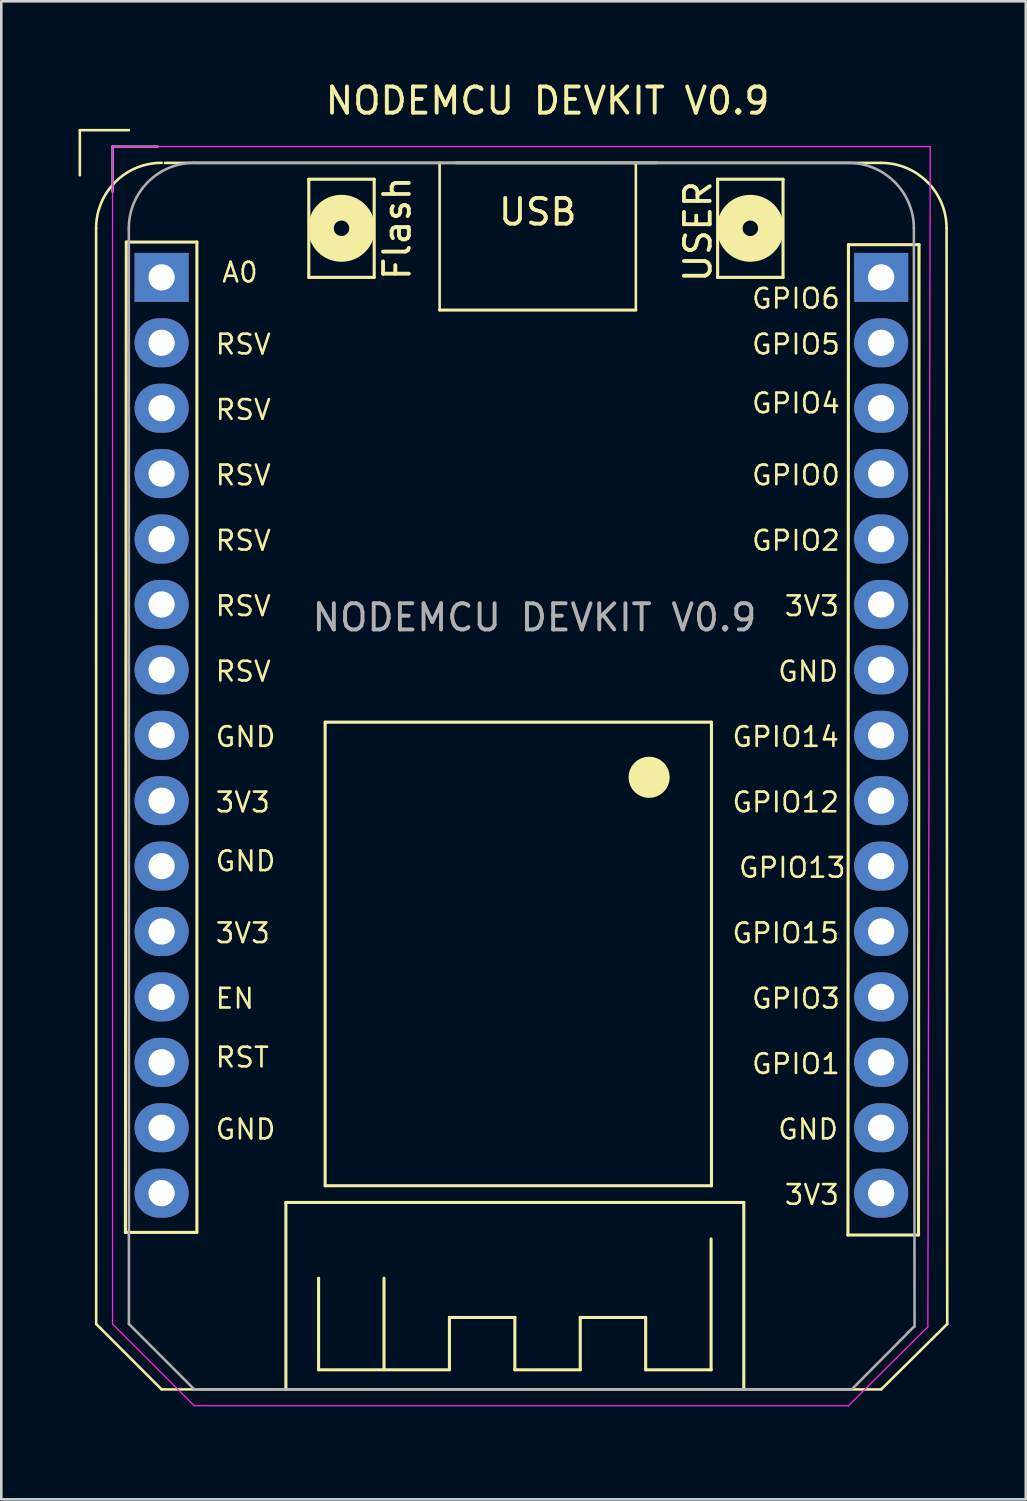
<source format=kicad_pcb>
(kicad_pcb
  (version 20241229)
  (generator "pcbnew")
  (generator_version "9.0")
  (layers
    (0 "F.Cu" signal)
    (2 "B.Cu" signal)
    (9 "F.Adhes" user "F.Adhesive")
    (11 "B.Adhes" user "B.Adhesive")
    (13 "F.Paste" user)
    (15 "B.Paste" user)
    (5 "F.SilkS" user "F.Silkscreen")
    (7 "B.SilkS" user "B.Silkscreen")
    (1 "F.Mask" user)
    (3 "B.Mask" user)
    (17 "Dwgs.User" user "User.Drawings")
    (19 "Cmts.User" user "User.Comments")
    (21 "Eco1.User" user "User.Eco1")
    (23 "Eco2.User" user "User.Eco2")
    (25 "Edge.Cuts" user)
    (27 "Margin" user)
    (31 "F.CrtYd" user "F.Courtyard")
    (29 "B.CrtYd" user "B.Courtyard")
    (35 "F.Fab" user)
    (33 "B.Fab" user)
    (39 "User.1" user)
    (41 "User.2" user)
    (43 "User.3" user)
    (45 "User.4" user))
  (footprint "NODEMCU DEVKIT V0.9"
    (layer "F.Cu")
    (at 3.225 7.72)
    (property "Reference" "NODEMCU DEVKIT V0.9" (at 14.986 -6.858 0) (unlocked yes) (layer "F.SilkS") (effects (font (size 1.016 1.016) (thickness 0.152))))
    (attr through_hole)
    (fp_line (start -3.175 -5.715) (end -1.27 -5.715) (stroke (width 0.1) (type solid)) (layer "F.SilkS"))
    (fp_line (start -3.175 -3.965) (end -3.175 -5.715) (stroke (width 0.1) (type solid)) (layer "F.SilkS"))
    (fp_line (start -2.543 -1.905) (end -2.54 40.64) (stroke (width 0.1) (type solid)) (layer "F.SilkS"))
    (fp_line (start -2.54 40.64) (end 0 43.18) (stroke (width 0.1) (type default)) (layer "F.SilkS"))
    (fp_line (start -1.405 37.084) (end 1.335 37.084) (stroke (width 0.12) (type solid)) (layer "F.SilkS"))
    (fp_line (start -1.37 -1.37) (end -1.405 37.084) (stroke (width 0.12) (type solid)) (layer "F.SilkS"))
    (fp_line (start 0 43.18) (end 27.94 43.18) (stroke (width 0.1) (type solid)) (layer "F.SilkS"))
    (fp_line (start 0.129 -4.445) (end 27.94 -4.445) (stroke (width 0.1) (type solid)) (layer "F.SilkS"))
    (fp_line (start 1.37 -1.37) (end -1.37 -1.37) (stroke (width 0.12) (type solid)) (layer "F.SilkS"))
    (fp_line (start 1.37 37.084) (end 1.37 -1.37) (stroke (width 0.12) (type solid)) (layer "F.SilkS"))
    (fp_line (start 4.826 35.922) (end 22.606 35.922) (stroke (width 0.12) (type solid)) (layer "F.SilkS"))
    (fp_line (start 4.826 43.18) (end 4.826 35.922) (stroke (width 0.12) (type solid)) (layer "F.SilkS"))
    (fp_line (start 5.715 -3.81) (end 8.255 -3.81) (stroke (width 0.12) (type solid)) (layer "F.SilkS"))
    (fp_line (start 5.715 0) (end 5.715 -3.81) (stroke (width 0.12) (type solid)) (layer "F.SilkS"))
    (fp_line (start 6.096 42.418) (end 6.096 38.862) (stroke (width 0.12) (type solid)) (layer "F.SilkS"))
    (fp_line (start 6.35 17.272) (end 21.35 17.272) (stroke (width 0.12) (type solid)) (layer "F.SilkS"))
    (fp_line (start 6.35 35.272) (end 6.35 17.272) (stroke (width 0.12) (type solid)) (layer "F.SilkS"))
    (fp_line (start 8.255 -3.81) (end 8.255 0) (stroke (width 0.12) (type solid)) (layer "F.SilkS"))
    (fp_line (start 8.255 0) (end 5.715 0) (stroke (width 0.12) (type solid)) (layer "F.SilkS"))
    (fp_line (start 8.636 42.418) (end 8.636 38.862) (stroke (width 0.12) (type solid)) (layer "F.SilkS"))
    (fp_line (start 10.795 -4.445) (end 10.795 1.27) (stroke (width 0.1) (type default)) (layer "F.SilkS"))
    (fp_line (start 11.176 40.386) (end 11.176 42.418) (stroke (width 0.12) (type solid)) (layer "F.SilkS"))
    (fp_line (start 11.176 42.418) (end 6.096 42.418) (stroke (width 0.12) (type solid)) (layer "F.SilkS"))
    (fp_line (start 13.716 40.386) (end 11.176 40.386) (stroke (width 0.12) (type solid)) (layer "F.SilkS"))
    (fp_line (start 13.716 42.418) (end 13.716 40.386) (stroke (width 0.12) (type solid)) (layer "F.SilkS"))
    (fp_line (start 16.256 40.386) (end 16.256 42.418) (stroke (width 0.12) (type solid)) (layer "F.SilkS"))
    (fp_line (start 16.256 42.418) (end 13.716 42.418) (stroke (width 0.12) (type solid)) (layer "F.SilkS"))
    (fp_line (start 18.415 1.27) (end 10.795 1.27) (stroke (width 0.12) (type solid)) (layer "F.SilkS"))
    (fp_line (start 18.415 1.27) (end 18.415 -4.445) (stroke (width 0.1) (type default)) (layer "F.SilkS"))
    (fp_line (start 18.796 40.386) (end 16.256 40.386) (stroke (width 0.12) (type solid)) (layer "F.SilkS"))
    (fp_line (start 18.796 42.418) (end 18.796 40.386) (stroke (width 0.12) (type solid)) (layer "F.SilkS"))
    (fp_line (start 19.24 -4.445) (end 11.43 -4.445) (stroke (width 0.1) (type default)) (layer "F.SilkS"))
    (fp_line (start 21.336 37.338) (end 21.336 42.418) (stroke (width 0.12) (type solid)) (layer "F.SilkS"))
    (fp_line (start 21.336 42.418) (end 18.796 42.418) (stroke (width 0.12) (type solid)) (layer "F.SilkS"))
    (fp_line (start 21.35 17.272) (end 21.35 35.272) (stroke (width 0.12) (type solid)) (layer "F.SilkS"))
    (fp_line (start 21.35 35.272) (end 6.35 35.272) (stroke (width 0.12) (type solid)) (layer "F.SilkS"))
    (fp_line (start 21.59 -3.81) (end 24.13 -3.81) (stroke (width 0.12) (type solid)) (layer "F.SilkS"))
    (fp_line (start 21.59 0) (end 21.59 -3.81) (stroke (width 0.12) (type solid)) (layer "F.SilkS"))
    (fp_line (start 22.606 35.922) (end 22.606 43.18) (stroke (width 0.12) (type solid)) (layer "F.SilkS"))
    (fp_line (start 24.13 -3.81) (end 24.13 0) (stroke (width 0.12) (type solid)) (layer "F.SilkS"))
    (fp_line (start 24.13 0) (end 21.59 0) (stroke (width 0.12) (type solid)) (layer "F.SilkS"))
    (fp_line (start 26.65 37.184) (end 29.39 37.184) (stroke (width 0.12) (type solid)) (layer "F.SilkS"))
    (fp_line (start 26.67 -1.27) (end 26.65 37.184) (stroke (width 0.12) (type solid)) (layer "F.SilkS"))
    (fp_line (start 29.39 37.184) (end 29.41 -1.27) (stroke (width 0.12) (type solid)) (layer "F.SilkS"))
    (fp_line (start 29.41 -1.27) (end 26.67 -1.27) (stroke (width 0.12) (type solid)) (layer "F.SilkS"))
    (fp_line (start 30.48 -1.905) (end 30.506 40.64) (stroke (width 0.1) (type solid)) (layer "F.SilkS"))
    (fp_line (start 30.506 40.64) (end 27.94 43.18) (stroke (width 0.1) (type default)) (layer "F.SilkS"))
    (fp_arc (start -2.543275 -1.905) (mid -1.798367 -3.703367) (end 0 -4.448275) (stroke (width 0.1) (type solid)) (layer "F.SilkS"))
    (fp_arc (start 27.940001 -4.445) (mid 29.736052 -3.701051) (end 30.480001 -1.905) (stroke (width 0.1) (type solid)) (layer "F.SilkS"))
    (fp_circle (center 6.985 -1.905) (end 6.685 -1.905) (stroke (width 1) (type solid)) (fill no) (layer "F.SilkS"))
    (fp_circle (center 18.93 19.412) (end 18.53 19.412) (stroke (width 0.8) (type solid)) (fill no) (layer "F.SilkS"))
    (fp_circle (center 22.86 -1.905) (end 22.56 -1.905) (stroke (width 1) (type solid)) (fill no) (layer "F.SilkS"))
    (fp_line (start -1.905 -5.08) (end -1.905 40.64) (stroke (width 0.05) (type solid)) (layer "F.CrtYd"))
    (fp_line (start -1.905 40.64) (end 1.27 43.815) (stroke (width 0.05) (type default)) (layer "F.CrtYd"))
    (fp_line (start 1.27 43.815) (end 26.67 43.815) (stroke (width 0.05) (type solid)) (layer "F.CrtYd"))
    (fp_line (start 26.67 43.815) (end 29.753 40.749) (stroke (width 0.05) (type default)) (layer "F.CrtYd"))
    (fp_line (start 29.753 40.749) (end 29.845 -5.08) (stroke (width 0.05) (type solid)) (layer "F.CrtYd"))
    (fp_line (start 29.845 -5.08) (end -1.905 -5.08) (stroke (width 0.05) (type solid)) (layer "F.CrtYd"))
    (fp_line (start -1.905 -5.08) (end -0.155 -5.08) (stroke (width 0.1) (type solid)) (layer "F.Fab"))
    (fp_line (start -1.905 -3.33) (end -1.905 -5.08) (stroke (width 0.1) (type solid)) (layer "F.Fab"))
    (fp_line (start -1.273 -1.905) (end -1.27 40.64) (stroke (width 0.1) (type solid)) (layer "F.Fab"))
    (fp_line (start 1.27 43.18) (end -1.27 40.64) (stroke (width 0.1) (type default)) (layer "F.Fab"))
    (fp_line (start 1.27 -4.445) (end 26.67 -4.445) (stroke (width 0.1) (type solid)) (layer "F.Fab"))
    (fp_line (start 1.27 43.18) (end 26.797 43.18) (stroke (width 0.1) (type solid)) (layer "F.Fab"))
    (fp_line (start 29.21 -1.905) (end 29.236 40.749) (stroke (width 0.1) (type solid)) (layer "F.Fab"))
    (fp_line (start 29.21 40.749) (end 26.797 43.18) (stroke (width 0.1) (type default)) (layer "F.Fab"))
    (fp_arc (start -1.273275 -1.905) (mid -0.528367 -3.703367) (end 1.27 -4.448275) (stroke (width 0.1) (type solid)) (layer "F.Fab"))
    (fp_arc (start 26.67 -4.445) (mid 28.466051 -3.701051) (end 29.21 -1.905) (stroke (width 0.1) (type solid)) (layer "F.Fab"))
    (fp_text user "GND" (at 2.032 33.528 0) (unlocked yes) (layer "F.SilkS") (effects (font (size 0.762 0.762) (thickness 0.102)) (justify left bottom)))
    (fp_text user "GPIO6" (at 22.86 1.27 0) (unlocked yes) (layer "F.SilkS") (effects (font (size 0.762 0.762) (thickness 0.102)) (justify left bottom)))
    (fp_text user "3V3" (at 24.13 36.068 0) (unlocked yes) (layer "F.SilkS") (effects (font (size 0.762 0.762) (thickness 0.102)) (justify left bottom)))
    (fp_text user "RSV" (at 2.032 13.208 0) (unlocked yes) (layer "F.SilkS") (effects (font (size 0.762 0.762) (thickness 0.102)) (justify left bottom)))
    (fp_text user "GPIO2" (at 22.86 10.668 0) (unlocked yes) (layer "F.SilkS") (effects (font (size 0.762 0.762) (thickness 0.102)) (justify left bottom)))
    (fp_text user "3V3" (at 2.032 25.908 0) (unlocked yes) (layer "F.SilkS") (effects (font (size 0.762 0.762) (thickness 0.102)) (justify left bottom)))
    (fp_text user "RSV" (at 2.032 10.668 0) (unlocked yes) (layer "F.SilkS") (effects (font (size 0.762 0.762) (thickness 0.102)) (justify left bottom)))
    (fp_text user "GND" (at 2.032 18.288 0) (unlocked yes) (layer "F.SilkS") (effects (font (size 0.762 0.762) (thickness 0.102)) (justify left bottom)))
    (fp_text user "3V3" (at 24.13 13.208 0) (unlocked yes) (layer "F.SilkS") (effects (font (size 0.762 0.762) (thickness 0.102)) (justify left bottom)))
    (fp_text user "GND" (at 23.876 33.528 0) (unlocked yes) (layer "F.SilkS") (effects (font (size 0.762 0.762) (thickness 0.102)) (justify left bottom)))
    (fp_text user "GPIO13" (at 22.352 23.368 0) (unlocked yes) (layer "F.SilkS") (effects (font (size 0.762 0.762) (thickness 0.102)) (justify left bottom)))
    (fp_text user "GPIO4" (at 22.86 5.334 0) (unlocked yes) (layer "F.SilkS") (effects (font (size 0.762 0.762) (thickness 0.102)) (justify left bottom)))
    (fp_text user "Flash" (at 9.144 -1.905 270) (layer "F.SilkS") (effects (font (size 1 1) (thickness 0.15))))
    (fp_text user "RSV" (at 2.032 3.048 0) (unlocked yes) (layer "F.SilkS") (effects (font (size 0.762 0.762) (thickness 0.102)) (justify left bottom)))
    (fp_text user "RSV" (at 2.032 5.588 0) (unlocked yes) (layer "F.SilkS") (effects (font (size 0.762 0.762) (thickness 0.102)) (justify left bottom)))
    (fp_text user "GPIO3" (at 22.86 28.448 0) (unlocked yes) (layer "F.SilkS") (effects (font (size 0.762 0.762) (thickness 0.102)) (justify left bottom)))
    (fp_text user "RSV" (at 2.032 8.128 0) (unlocked yes) (layer "F.SilkS") (effects (font (size 0.762 0.762) (thickness 0.102)) (justify left bottom)))
    (fp_text user "A0" (at 2.286 0.254 0) (unlocked yes) (layer "F.SilkS") (effects (font (size 0.762 0.762) (thickness 0.102)) (justify left bottom)))
    (fp_text user "GND" (at 2.032 23.114 0) (unlocked yes) (layer "F.SilkS") (effects (font (size 0.762 0.762) (thickness 0.102)) (justify left bottom)))
    (fp_text user "EN" (at 2.032 28.448 0) (unlocked yes) (layer "F.SilkS") (effects (font (size 0.762 0.762) (thickness 0.102)) (justify left bottom)))
    (fp_text user "USB" (at 14.605 -2.54 180) (layer "F.SilkS") (effects (font (size 1 1) (thickness 0.15))))
    (fp_text user "RST" (at 2.032 30.734 0) (unlocked yes) (layer "F.SilkS") (effects (font (size 0.762 0.762) (thickness 0.102)) (justify left bottom)))
    (fp_text user "GPIO14" (at 22.098 18.288 0) (unlocked yes) (layer "F.SilkS") (effects (font (size 0.762 0.762) (thickness 0.102)) (justify left bottom)))
    (fp_text user "GPIO15" (at 22.098 25.908 0) (unlocked yes) (layer "F.SilkS") (effects (font (size 0.762 0.762) (thickness 0.102)) (justify left bottom)))
    (fp_text user "GPIO1" (at 22.86 30.988 0) (unlocked yes) (layer "F.SilkS") (effects (font (size 0.762 0.762) (thickness 0.102)) (justify left bottom)))
    (fp_text user "RSV" (at 2.032 15.748 0) (unlocked yes) (layer "F.SilkS") (effects (font (size 0.762 0.762) (thickness 0.102)) (justify left bottom)))
    (fp_text user "USER" (at 20.828 -1.778 90) (layer "F.SilkS") (effects (font (size 1 1) (thickness 0.15))))
    (fp_text user "3V3" (at 2.032 20.828 0) (unlocked yes) (layer "F.SilkS") (effects (font (size 0.762 0.762) (thickness 0.102)) (justify left bottom)))
    (fp_text user "GND" (at 23.876 15.748 0) (unlocked yes) (layer "F.SilkS") (effects (font (size 0.762 0.762) (thickness 0.102)) (justify left bottom)))
    (fp_text user "GPIO0" (at 22.86 8.128 0) (unlocked yes) (layer "F.SilkS") (effects (font (size 0.762 0.762) (thickness 0.102)) (justify left bottom)))
    (fp_text user "GPIO5" (at 22.86 3.048 0) (unlocked yes) (layer "F.SilkS") (effects (font (size 0.762 0.762) (thickness 0.102)) (justify left bottom)))
    (fp_text user "GPIO12" (at 22.098 20.828 0) (unlocked yes) (layer "F.SilkS") (effects (font (size 0.762 0.762) (thickness 0.102)) (justify left bottom)))
    (fp_text user "${REFERENCE}" (at 14.478 13.208 0) (unlocked yes) (layer "F.Fab") (effects (font (size 1.016 1.016) (thickness 0.152))))
    (pad "1" thru_hole rect (at 0 0) (size 2.1 1.9) (drill 1.02) (layers "*.Cu" "*.Mask"))
    (pad "2" thru_hole oval (at 0 2.54) (size 2.1 1.9) (drill 1.02) (layers "*.Cu" "*.Mask"))
    (pad "3" thru_hole oval (at 0 5.08) (size 2.1 1.9) (drill 1.02) (layers "*.Cu" "*.Mask"))
    (pad "4" thru_hole oval (at 0 7.62) (size 2.1 1.9) (drill 1.02) (layers "*.Cu" "*.Mask"))
    (pad "5" thru_hole oval (at 0 10.16) (size 2.1 1.9) (drill 1.02) (layers "*.Cu" "*.Mask"))
    (pad "6" thru_hole oval (at 0 12.7) (size 2.1 1.9) (drill 1.02) (layers "*.Cu" "*.Mask"))
    (pad "7" thru_hole oval (at 0 15.24) (size 2.1 1.9) (drill 1.02) (layers "*.Cu" "*.Mask"))
    (pad "8" thru_hole oval (at 0 17.78) (size 2.1 1.9) (drill 1.02) (layers "*.Cu" "*.Mask"))
    (pad "9" thru_hole oval (at 0 20.32) (size 2.1 1.9) (drill 1.02) (layers "*.Cu" "*.Mask"))
    (pad "10" thru_hole oval (at 0 22.86) (size 2.1 1.9) (drill 1.02) (layers "*.Cu" "*.Mask"))
    (pad "11" thru_hole oval (at 0 25.4 180) (size 2.1 1.9) (drill 1.02) (layers "*.Cu" "*.Mask"))
    (pad "12" thru_hole oval (at 0 27.94 180) (size 2.1 1.9) (drill 1.02) (layers "*.Cu" "*.Mask"))
    (pad "13" thru_hole oval (at 0 30.48 180) (size 2.1 1.9) (drill 1.02) (layers "*.Cu" "*.Mask"))
    (pad "14" thru_hole oval (at 0 33.02 180) (size 2.1 1.9) (drill 1.02) (layers "*.Cu" "*.Mask"))
    (pad "15" thru_hole oval (at 0 35.56 180) (size 2.1 1.9) (drill 1.02) (layers "*.Cu" "*.Mask"))
    (pad "16" thru_hole oval (at 27.94 35.56) (size 2.1 1.9) (drill 1.02) (layers "*.Cu" "*.Mask"))
    (pad "17" thru_hole oval (at 27.94 33.02) (size 2.1 1.9) (drill 1.02) (layers "*.Cu" "*.Mask"))
    (pad "18" thru_hole oval (at 27.94 30.48) (size 2.1 1.9) (drill 1.02) (layers "*.Cu" "*.Mask"))
    (pad "19" thru_hole oval (at 27.94 27.94) (size 2.1 1.9) (drill 1.02) (layers "*.Cu" "*.Mask"))
    (pad "20" thru_hole oval (at 27.94 25.4) (size 2.1 1.9) (drill 1.02) (layers "*.Cu" "*.Mask"))
    (pad "21" thru_hole oval (at 27.94 22.86) (size 2.1 1.9) (drill 1.02) (layers "*.Cu" "*.Mask"))
    (pad "22" thru_hole oval (at 27.94 20.32) (size 2.1 1.9) (drill 1.02) (layers "*.Cu" "*.Mask"))
    (pad "23" thru_hole oval (at 27.94 17.78) (size 2.1 1.9) (drill 1.02) (layers "*.Cu" "*.Mask"))
    (pad "24" thru_hole oval (at 27.94 15.24) (size 2.1 1.9) (drill 1.02) (layers "*.Cu" "*.Mask"))
    (pad "25" thru_hole oval (at 27.94 12.7) (size 2.1 1.9) (drill 1.02) (layers "*.Cu" "*.Mask"))
    (pad "26" thru_hole oval (at 27.94 10.16) (size 2.1 1.9) (drill 1.02) (layers "*.Cu" "*.Mask"))
    (pad "27" thru_hole oval (at 27.94 7.62) (size 2.1 1.9) (drill 1.02) (layers "*.Cu" "*.Mask"))
    (pad "28" thru_hole oval (at 27.94 5.08) (size 2.1 1.9) (drill 1.02) (layers "*.Cu" "*.Mask"))
    (pad "29" thru_hole oval (at 27.94 2.54) (size 2.1 1.9) (drill 1.02) (layers "*.Cu" "*.Mask"))
    (pad "30" thru_hole rect (at 27.94 0) (size 2.1 1.9) (drill 1.02) (layers "*.Cu" "*.Mask"))
    (zone (net_name "") (layers "F.Cu" "B.Cu") (name "Antenna") (hatch edge 0.5) (connect_pads) (min_thickness 0.25) (filled_areas_thickness no) (keepout (tracks not_allowed) (vias not_allowed) (pads not_allowed) (copperpour not_allowed) (footprints not_allowed)) (placement (enabled no)) (fill) (polygon (pts (xy 28.625 52.17) (xy 28.625 40.74) (xy 5.765 40.74) (xy 5.765 52.17)))))
  (gr_rect
    (start -3 -3)
    (end 36.781 55.17)
    (stroke (width 0.1) (type default))
    (fill no)
    (layer "Edge.Cuts")))
</source>
